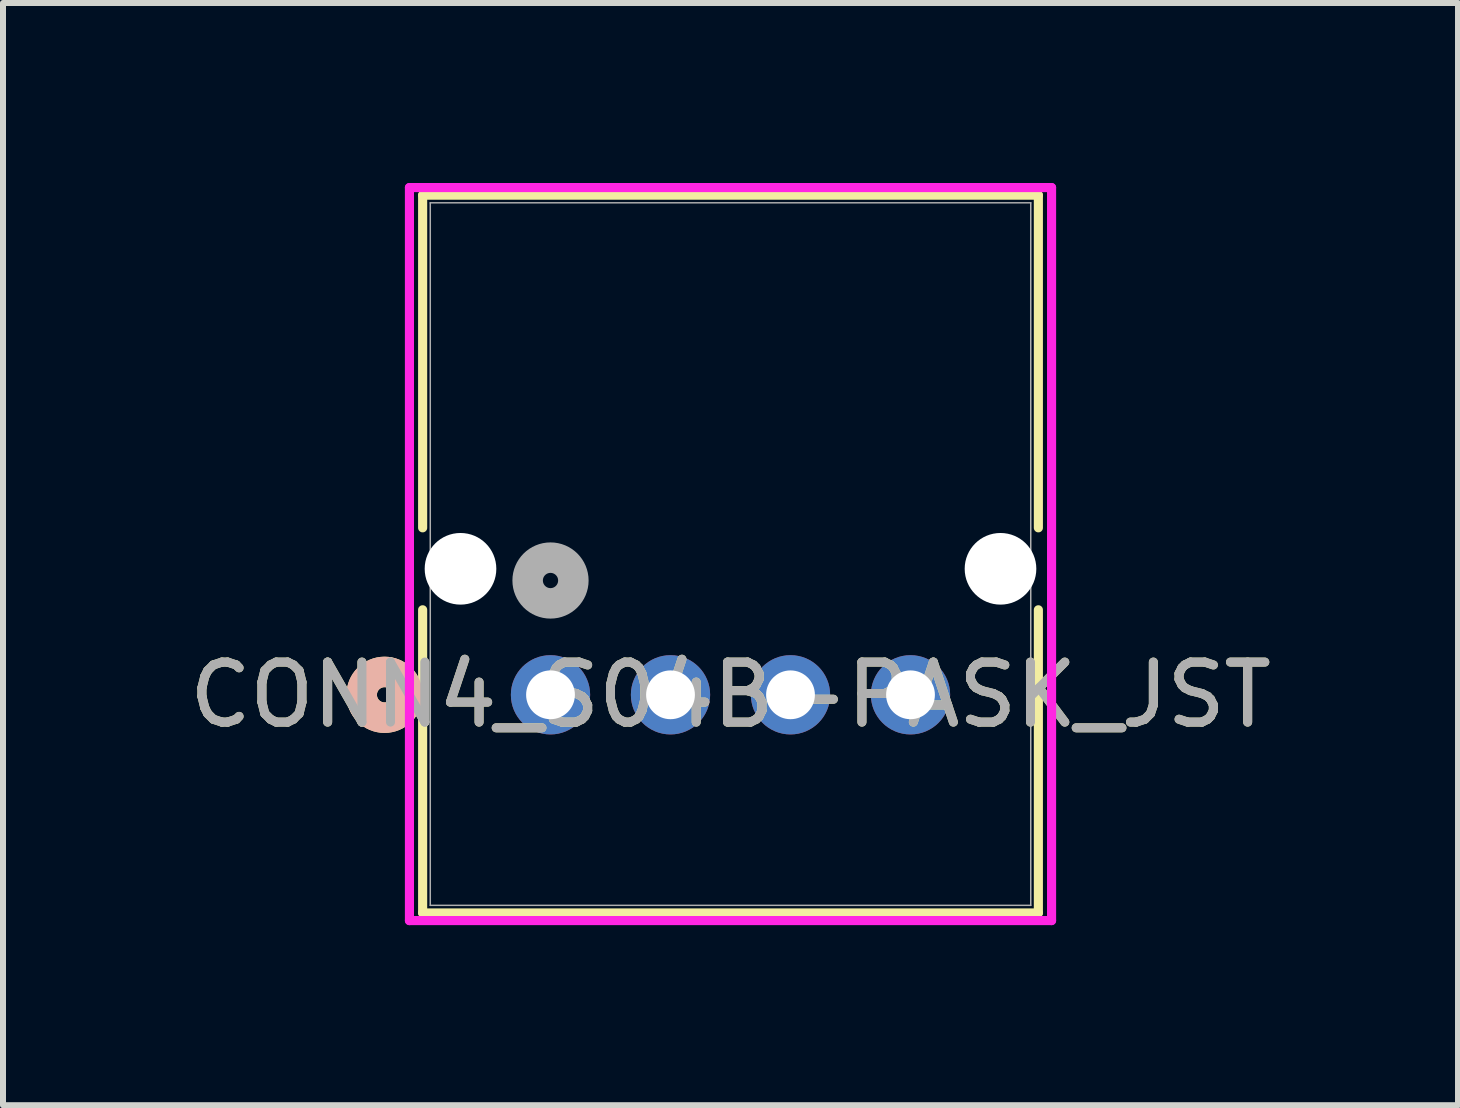
<source format=kicad_pcb>
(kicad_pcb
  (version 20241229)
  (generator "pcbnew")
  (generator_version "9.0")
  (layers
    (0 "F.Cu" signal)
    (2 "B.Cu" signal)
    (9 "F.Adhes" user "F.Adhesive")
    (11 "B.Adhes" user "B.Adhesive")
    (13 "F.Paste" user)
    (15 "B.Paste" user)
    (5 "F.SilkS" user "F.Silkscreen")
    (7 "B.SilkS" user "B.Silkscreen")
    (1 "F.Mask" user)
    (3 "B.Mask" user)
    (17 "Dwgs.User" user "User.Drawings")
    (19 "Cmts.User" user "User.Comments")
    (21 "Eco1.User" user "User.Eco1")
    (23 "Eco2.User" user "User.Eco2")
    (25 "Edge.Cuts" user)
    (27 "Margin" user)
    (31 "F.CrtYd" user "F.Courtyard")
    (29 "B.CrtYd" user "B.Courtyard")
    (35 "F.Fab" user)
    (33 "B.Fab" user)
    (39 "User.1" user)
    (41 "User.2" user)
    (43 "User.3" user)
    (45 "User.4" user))
  (footprint "CONN4_S04B-PASK_JST"
    (layer "F.Cu")
    (at 6.125 8.53)
    (property "Reference" "CONN4_S04B-PASK_JST" (at 3 0 0) (unlocked yes) (layer "F.SilkS") (effects (font (size 1 1) (thickness 0.15))))
    (attr through_hole)
    (fp_line (start -2.131 -8.327) (end -2.131 -2.783) (stroke (width 0.152) (type solid)) (layer "F.SilkS"))
    (fp_line (start -2.131 -1.417) (end -2.131 3.636) (stroke (width 0.152) (type solid)) (layer "F.SilkS"))
    (fp_line (start -2.131 3.636) (end 8.131 3.636) (stroke (width 0.152) (type solid)) (layer "F.SilkS"))
    (fp_line (start 8.131 -8.327) (end -2.131 -8.327) (stroke (width 0.152) (type solid)) (layer "F.SilkS"))
    (fp_line (start 8.131 -2.783) (end 8.131 -8.327) (stroke (width 0.152) (type solid)) (layer "F.SilkS"))
    (fp_line (start 8.131 3.636) (end 8.131 -1.417) (stroke (width 0.152) (type solid)) (layer "F.SilkS"))
    (fp_circle (center -2.766 0) (end -2.385 0) (stroke (width 0.508) (type solid)) (fill no) (layer "F.SilkS"))
    (fp_circle (center -2.766 0) (end -2.385 0) (stroke (width 0.508) (type solid)) (fill no) (layer "B.SilkS"))
    (fp_line (start -2.351 -8.454) (end -2.351 3.763) (stroke (width 0.152) (type solid)) (layer "F.CrtYd"))
    (fp_line (start -2.351 3.763) (end 8.351 3.763) (stroke (width 0.152) (type solid)) (layer "F.CrtYd"))
    (fp_line (start 8.351 -8.454) (end -2.351 -8.454) (stroke (width 0.152) (type solid)) (layer "F.CrtYd"))
    (fp_line (start 8.351 3.763) (end 8.351 -8.454) (stroke (width 0.152) (type solid)) (layer "F.CrtYd"))
    (fp_line (start -2.004 -8.2) (end -2.004 3.509) (stroke (width 0.025) (type solid)) (layer "F.Fab"))
    (fp_line (start -2.004 3.509) (end 8.004 3.509) (stroke (width 0.025) (type solid)) (layer "F.Fab"))
    (fp_line (start 8.004 -8.2) (end -2.004 -8.2) (stroke (width 0.025) (type solid)) (layer "F.Fab"))
    (fp_line (start 8.004 3.509) (end 8.004 -8.2) (stroke (width 0.025) (type solid)) (layer "F.Fab"))
    (fp_circle (center 0 -1.905) (end 0.381 -1.905) (stroke (width 0.508) (type solid)) (fill no) (layer "F.Fab"))
    (fp_text user "${REFERENCE}" (at 3 0 0) (unlocked yes) (layer "F.Fab") (effects (font (size 1 1) (thickness 0.15))))
    (pad "" np_thru_hole circle (at -1.5 -2.1) (size 1.194 1.194) (drill 1.194) (layers "*.Cu" "*.Mask"))
    (pad "" np_thru_hole circle (at 7.5 -2.1) (size 1.194 1.194) (drill 1.194) (layers "*.Cu" "*.Mask"))
    (pad "1" thru_hole circle (at 0 0) (size 1.321 1.321) (drill 0.813) (layers "*.Cu" "*.Mask"))
    (pad "2" thru_hole circle (at 2 0) (size 1.321 1.321) (drill 0.813) (layers "*.Cu" "*.Mask"))
    (pad "3" thru_hole circle (at 4 0) (size 1.321 1.321) (drill 0.813) (layers "*.Cu" "*.Mask"))
    (pad "4" thru_hole circle (at 6 0) (size 1.321 1.321) (drill 0.813) (layers "*.Cu" "*.Mask")))
  (gr_rect
    (start -3 -3)
    (end 21.25 15.37)
    (stroke (width 0.1) (type default))
    (fill no)
    (layer "Edge.Cuts")))
</source>
